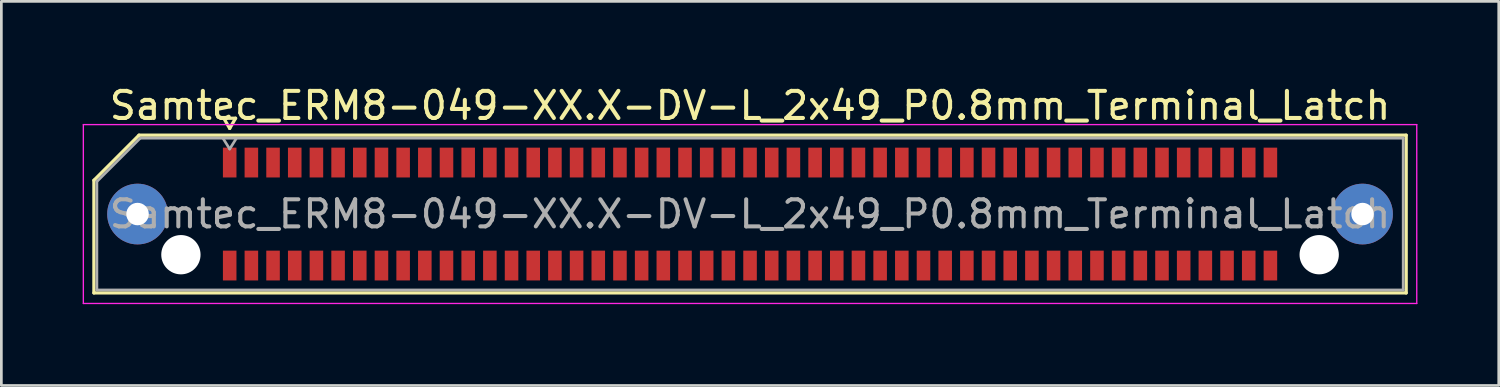
<source format=kicad_pcb>
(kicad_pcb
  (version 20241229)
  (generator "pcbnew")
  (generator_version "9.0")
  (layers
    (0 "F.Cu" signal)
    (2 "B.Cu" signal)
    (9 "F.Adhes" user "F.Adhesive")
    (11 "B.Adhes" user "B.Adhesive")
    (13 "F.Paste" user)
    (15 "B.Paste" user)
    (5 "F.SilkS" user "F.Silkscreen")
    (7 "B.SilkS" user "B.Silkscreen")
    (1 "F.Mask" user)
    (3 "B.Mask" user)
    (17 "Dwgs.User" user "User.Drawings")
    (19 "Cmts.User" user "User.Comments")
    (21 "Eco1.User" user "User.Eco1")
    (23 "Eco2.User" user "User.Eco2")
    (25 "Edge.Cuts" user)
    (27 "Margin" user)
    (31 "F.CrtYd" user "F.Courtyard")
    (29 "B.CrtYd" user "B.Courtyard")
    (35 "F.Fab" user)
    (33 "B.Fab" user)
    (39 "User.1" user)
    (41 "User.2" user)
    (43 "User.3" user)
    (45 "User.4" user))
  (footprint "Samtec_ERM8-049-XX.X-DV-L_2x49_P0.8mm_Terminal_Latch"
    (layer "F.Cu")
    (at 24.625 4.848)
    (property "Reference" "Samtec_ERM8-049-XX.X-DV-L_2x49_P0.8mm_Terminal_Latch" (at 0 -4 0) (layer "F.SilkS") (effects (font (size 1 1) (thickness 0.15))))
    (attr smd)
    (fp_line (start -24.21 -1.246) (end -22.546 -2.91) (stroke (width 0.12) (type solid)) (layer "F.SilkS"))
    (fp_line (start -24.21 2.91) (end -24.21 -1.246) (stroke (width 0.12) (type solid)) (layer "F.SilkS"))
    (fp_line (start -22.546 -2.91) (end 24.21 -2.91) (stroke (width 0.12) (type solid)) (layer "F.SilkS"))
    (fp_line (start -19.417 -3.535) (end -19.2 -3.16) (stroke (width 0.12) (type solid)) (layer "F.SilkS"))
    (fp_line (start -19.2 -3.16) (end -18.983 -3.535) (stroke (width 0.12) (type solid)) (layer "F.SilkS"))
    (fp_line (start -18.983 -3.535) (end -19.417 -3.535) (stroke (width 0.12) (type solid)) (layer "F.SilkS"))
    (fp_line (start 24.21 -2.91) (end 24.21 2.91) (stroke (width 0.12) (type solid)) (layer "F.SilkS"))
    (fp_line (start 24.21 2.91) (end -24.21 2.91) (stroke (width 0.12) (type solid)) (layer "F.SilkS"))
    (fp_line (start -24.6 -3.3) (end -24.6 3.3) (stroke (width 0.05) (type solid)) (layer "F.CrtYd"))
    (fp_line (start -24.6 3.3) (end 24.6 3.3) (stroke (width 0.05) (type solid)) (layer "F.CrtYd"))
    (fp_line (start 24.6 -3.3) (end -24.6 -3.3) (stroke (width 0.05) (type solid)) (layer "F.CrtYd"))
    (fp_line (start 24.6 3.3) (end 24.6 -3.3) (stroke (width 0.05) (type solid)) (layer "F.CrtYd"))
    (fp_line (start -24.1 -1.2) (end -22.5 -2.8) (stroke (width 0.1) (type solid)) (layer "F.Fab"))
    (fp_line (start -24.1 2.8) (end -24.1 -1.2) (stroke (width 0.1) (type solid)) (layer "F.Fab"))
    (fp_line (start -22.5 -2.8) (end 24.1 -2.8) (stroke (width 0.1) (type solid)) (layer "F.Fab"))
    (fp_line (start -19.2 -2.4) (end -19.45 -2.8) (stroke (width 0.1) (type solid)) (layer "F.Fab"))
    (fp_line (start -19.2 -2.4) (end -18.95 -2.8) (stroke (width 0.1) (type solid)) (layer "F.Fab"))
    (fp_line (start 24.1 -2.8) (end 24.1 2.8) (stroke (width 0.1) (type solid)) (layer "F.Fab"))
    (fp_line (start 24.1 2.8) (end -24.1 2.8) (stroke (width 0.1) (type solid)) (layer "F.Fab"))
    (fp_text user "${REFERENCE}" (at 0 0 0) (layer "F.Fab") (effects (font (size 1 1) (thickness 0.15))))
    (pad "" thru_hole circle (at -22.6 0) (size 2.24 2.24) (drill 0.83) (layers "*.Cu" "*.Mask" "F.Paste"))
    (pad "" np_thru_hole circle (at -21 1.5) (size 1.45 1.45) (drill 1.45) (layers "*.Cu" "*.Mask"))
    (pad "" np_thru_hole circle (at 21 1.5) (size 1.45 1.45) (drill 1.45) (layers "*.Cu" "*.Mask"))
    (pad "" thru_hole circle (at 22.6 0) (size 2.24 2.24) (drill 0.83) (layers "*.Cu" "*.Mask" "F.Paste"))
    (pad "1" smd rect (at -19.2 -1.9) (size 0.5 1.1) (layers "F.Cu" "F.Mask" "F.Paste"))
    (pad "2" smd rect (at -19.2 1.9) (size 0.5 1.1) (layers "F.Cu" "F.Mask" "F.Paste"))
    (pad "3" smd rect (at -18.4 -1.9) (size 0.5 1.1) (layers "F.Cu" "F.Mask" "F.Paste"))
    (pad "4" smd rect (at -18.4 1.9) (size 0.5 1.1) (layers "F.Cu" "F.Mask" "F.Paste"))
    (pad "5" smd rect (at -17.6 -1.9) (size 0.5 1.1) (layers "F.Cu" "F.Mask" "F.Paste"))
    (pad "6" smd rect (at -17.6 1.9) (size 0.5 1.1) (layers "F.Cu" "F.Mask" "F.Paste"))
    (pad "7" smd rect (at -16.8 -1.9) (size 0.5 1.1) (layers "F.Cu" "F.Mask" "F.Paste"))
    (pad "8" smd rect (at -16.8 1.9) (size 0.5 1.1) (layers "F.Cu" "F.Mask" "F.Paste"))
    (pad "9" smd rect (at -16 -1.9) (size 0.5 1.1) (layers "F.Cu" "F.Mask" "F.Paste"))
    (pad "10" smd rect (at -16 1.9) (size 0.5 1.1) (layers "F.Cu" "F.Mask" "F.Paste"))
    (pad "11" smd rect (at -15.2 -1.9) (size 0.5 1.1) (layers "F.Cu" "F.Mask" "F.Paste"))
    (pad "12" smd rect (at -15.2 1.9) (size 0.5 1.1) (layers "F.Cu" "F.Mask" "F.Paste"))
    (pad "13" smd rect (at -14.4 -1.9) (size 0.5 1.1) (layers "F.Cu" "F.Mask" "F.Paste"))
    (pad "14" smd rect (at -14.4 1.9) (size 0.5 1.1) (layers "F.Cu" "F.Mask" "F.Paste"))
    (pad "15" smd rect (at -13.6 -1.9) (size 0.5 1.1) (layers "F.Cu" "F.Mask" "F.Paste"))
    (pad "16" smd rect (at -13.6 1.9) (size 0.5 1.1) (layers "F.Cu" "F.Mask" "F.Paste"))
    (pad "17" smd rect (at -12.8 -1.9) (size 0.5 1.1) (layers "F.Cu" "F.Mask" "F.Paste"))
    (pad "18" smd rect (at -12.8 1.9) (size 0.5 1.1) (layers "F.Cu" "F.Mask" "F.Paste"))
    (pad "19" smd rect (at -12 -1.9) (size 0.5 1.1) (layers "F.Cu" "F.Mask" "F.Paste"))
    (pad "20" smd rect (at -12 1.9) (size 0.5 1.1) (layers "F.Cu" "F.Mask" "F.Paste"))
    (pad "21" smd rect (at -11.2 -1.9) (size 0.5 1.1) (layers "F.Cu" "F.Mask" "F.Paste"))
    (pad "22" smd rect (at -11.2 1.9) (size 0.5 1.1) (layers "F.Cu" "F.Mask" "F.Paste"))
    (pad "23" smd rect (at -10.4 -1.9) (size 0.5 1.1) (layers "F.Cu" "F.Mask" "F.Paste"))
    (pad "24" smd rect (at -10.4 1.9) (size 0.5 1.1) (layers "F.Cu" "F.Mask" "F.Paste"))
    (pad "25" smd rect (at -9.6 -1.9) (size 0.5 1.1) (layers "F.Cu" "F.Mask" "F.Paste"))
    (pad "26" smd rect (at -9.6 1.9) (size 0.5 1.1) (layers "F.Cu" "F.Mask" "F.Paste"))
    (pad "27" smd rect (at -8.8 -1.9) (size 0.5 1.1) (layers "F.Cu" "F.Mask" "F.Paste"))
    (pad "28" smd rect (at -8.8 1.9) (size 0.5 1.1) (layers "F.Cu" "F.Mask" "F.Paste"))
    (pad "29" smd rect (at -8 -1.9) (size 0.5 1.1) (layers "F.Cu" "F.Mask" "F.Paste"))
    (pad "30" smd rect (at -8 1.9) (size 0.5 1.1) (layers "F.Cu" "F.Mask" "F.Paste"))
    (pad "31" smd rect (at -7.2 -1.9) (size 0.5 1.1) (layers "F.Cu" "F.Mask" "F.Paste"))
    (pad "32" smd rect (at -7.2 1.9) (size 0.5 1.1) (layers "F.Cu" "F.Mask" "F.Paste"))
    (pad "33" smd rect (at -6.4 -1.9) (size 0.5 1.1) (layers "F.Cu" "F.Mask" "F.Paste"))
    (pad "34" smd rect (at -6.4 1.9) (size 0.5 1.1) (layers "F.Cu" "F.Mask" "F.Paste"))
    (pad "35" smd rect (at -5.6 -1.9) (size 0.5 1.1) (layers "F.Cu" "F.Mask" "F.Paste"))
    (pad "36" smd rect (at -5.6 1.9) (size 0.5 1.1) (layers "F.Cu" "F.Mask" "F.Paste"))
    (pad "37" smd rect (at -4.8 -1.9) (size 0.5 1.1) (layers "F.Cu" "F.Mask" "F.Paste"))
    (pad "38" smd rect (at -4.8 1.9) (size 0.5 1.1) (layers "F.Cu" "F.Mask" "F.Paste"))
    (pad "39" smd rect (at -4 -1.9) (size 0.5 1.1) (layers "F.Cu" "F.Mask" "F.Paste"))
    (pad "40" smd rect (at -4 1.9) (size 0.5 1.1) (layers "F.Cu" "F.Mask" "F.Paste"))
    (pad "41" smd rect (at -3.2 -1.9) (size 0.5 1.1) (layers "F.Cu" "F.Mask" "F.Paste"))
    (pad "42" smd rect (at -3.2 1.9) (size 0.5 1.1) (layers "F.Cu" "F.Mask" "F.Paste"))
    (pad "43" smd rect (at -2.4 -1.9) (size 0.5 1.1) (layers "F.Cu" "F.Mask" "F.Paste"))
    (pad "44" smd rect (at -2.4 1.9) (size 0.5 1.1) (layers "F.Cu" "F.Mask" "F.Paste"))
    (pad "45" smd rect (at -1.6 -1.9) (size 0.5 1.1) (layers "F.Cu" "F.Mask" "F.Paste"))
    (pad "46" smd rect (at -1.6 1.9) (size 0.5 1.1) (layers "F.Cu" "F.Mask" "F.Paste"))
    (pad "47" smd rect (at -0.8 -1.9) (size 0.5 1.1) (layers "F.Cu" "F.Mask" "F.Paste"))
    (pad "48" smd rect (at -0.8 1.9) (size 0.5 1.1) (layers "F.Cu" "F.Mask" "F.Paste"))
    (pad "49" smd rect (at 0 -1.9) (size 0.5 1.1) (layers "F.Cu" "F.Mask" "F.Paste"))
    (pad "50" smd rect (at 0 1.9) (size 0.5 1.1) (layers "F.Cu" "F.Mask" "F.Paste"))
    (pad "51" smd rect (at 0.8 -1.9) (size 0.5 1.1) (layers "F.Cu" "F.Mask" "F.Paste"))
    (pad "52" smd rect (at 0.8 1.9) (size 0.5 1.1) (layers "F.Cu" "F.Mask" "F.Paste"))
    (pad "53" smd rect (at 1.6 -1.9) (size 0.5 1.1) (layers "F.Cu" "F.Mask" "F.Paste"))
    (pad "54" smd rect (at 1.6 1.9) (size 0.5 1.1) (layers "F.Cu" "F.Mask" "F.Paste"))
    (pad "55" smd rect (at 2.4 -1.9) (size 0.5 1.1) (layers "F.Cu" "F.Mask" "F.Paste"))
    (pad "56" smd rect (at 2.4 1.9) (size 0.5 1.1) (layers "F.Cu" "F.Mask" "F.Paste"))
    (pad "57" smd rect (at 3.2 -1.9) (size 0.5 1.1) (layers "F.Cu" "F.Mask" "F.Paste"))
    (pad "58" smd rect (at 3.2 1.9) (size 0.5 1.1) (layers "F.Cu" "F.Mask" "F.Paste"))
    (pad "59" smd rect (at 4 -1.9) (size 0.5 1.1) (layers "F.Cu" "F.Mask" "F.Paste"))
    (pad "60" smd rect (at 4 1.9) (size 0.5 1.1) (layers "F.Cu" "F.Mask" "F.Paste"))
    (pad "61" smd rect (at 4.8 -1.9) (size 0.5 1.1) (layers "F.Cu" "F.Mask" "F.Paste"))
    (pad "62" smd rect (at 4.8 1.9) (size 0.5 1.1) (layers "F.Cu" "F.Mask" "F.Paste"))
    (pad "63" smd rect (at 5.6 -1.9) (size 0.5 1.1) (layers "F.Cu" "F.Mask" "F.Paste"))
    (pad "64" smd rect (at 5.6 1.9) (size 0.5 1.1) (layers "F.Cu" "F.Mask" "F.Paste"))
    (pad "65" smd rect (at 6.4 -1.9) (size 0.5 1.1) (layers "F.Cu" "F.Mask" "F.Paste"))
    (pad "66" smd rect (at 6.4 1.9) (size 0.5 1.1) (layers "F.Cu" "F.Mask" "F.Paste"))
    (pad "67" smd rect (at 7.2 -1.9) (size 0.5 1.1) (layers "F.Cu" "F.Mask" "F.Paste"))
    (pad "68" smd rect (at 7.2 1.9) (size 0.5 1.1) (layers "F.Cu" "F.Mask" "F.Paste"))
    (pad "69" smd rect (at 8 -1.9) (size 0.5 1.1) (layers "F.Cu" "F.Mask" "F.Paste"))
    (pad "70" smd rect (at 8 1.9) (size 0.5 1.1) (layers "F.Cu" "F.Mask" "F.Paste"))
    (pad "71" smd rect (at 8.8 -1.9) (size 0.5 1.1) (layers "F.Cu" "F.Mask" "F.Paste"))
    (pad "72" smd rect (at 8.8 1.9) (size 0.5 1.1) (layers "F.Cu" "F.Mask" "F.Paste"))
    (pad "73" smd rect (at 9.6 -1.9) (size 0.5 1.1) (layers "F.Cu" "F.Mask" "F.Paste"))
    (pad "74" smd rect (at 9.6 1.9) (size 0.5 1.1) (layers "F.Cu" "F.Mask" "F.Paste"))
    (pad "75" smd rect (at 10.4 -1.9) (size 0.5 1.1) (layers "F.Cu" "F.Mask" "F.Paste"))
    (pad "76" smd rect (at 10.4 1.9) (size 0.5 1.1) (layers "F.Cu" "F.Mask" "F.Paste"))
    (pad "77" smd rect (at 11.2 -1.9) (size 0.5 1.1) (layers "F.Cu" "F.Mask" "F.Paste"))
    (pad "78" smd rect (at 11.2 1.9) (size 0.5 1.1) (layers "F.Cu" "F.Mask" "F.Paste"))
    (pad "79" smd rect (at 12 -1.9) (size 0.5 1.1) (layers "F.Cu" "F.Mask" "F.Paste"))
    (pad "80" smd rect (at 12 1.9) (size 0.5 1.1) (layers "F.Cu" "F.Mask" "F.Paste"))
    (pad "81" smd rect (at 12.8 -1.9) (size 0.5 1.1) (layers "F.Cu" "F.Mask" "F.Paste"))
    (pad "82" smd rect (at 12.8 1.9) (size 0.5 1.1) (layers "F.Cu" "F.Mask" "F.Paste"))
    (pad "83" smd rect (at 13.6 -1.9) (size 0.5 1.1) (layers "F.Cu" "F.Mask" "F.Paste"))
    (pad "84" smd rect (at 13.6 1.9) (size 0.5 1.1) (layers "F.Cu" "F.Mask" "F.Paste"))
    (pad "85" smd rect (at 14.4 -1.9) (size 0.5 1.1) (layers "F.Cu" "F.Mask" "F.Paste"))
    (pad "86" smd rect (at 14.4 1.9) (size 0.5 1.1) (layers "F.Cu" "F.Mask" "F.Paste"))
    (pad "87" smd rect (at 15.2 -1.9) (size 0.5 1.1) (layers "F.Cu" "F.Mask" "F.Paste"))
    (pad "88" smd rect (at 15.2 1.9) (size 0.5 1.1) (layers "F.Cu" "F.Mask" "F.Paste"))
    (pad "89" smd rect (at 16 -1.9) (size 0.5 1.1) (layers "F.Cu" "F.Mask" "F.Paste"))
    (pad "90" smd rect (at 16 1.9) (size 0.5 1.1) (layers "F.Cu" "F.Mask" "F.Paste"))
    (pad "91" smd rect (at 16.8 -1.9) (size 0.5 1.1) (layers "F.Cu" "F.Mask" "F.Paste"))
    (pad "92" smd rect (at 16.8 1.9) (size 0.5 1.1) (layers "F.Cu" "F.Mask" "F.Paste"))
    (pad "93" smd rect (at 17.6 -1.9) (size 0.5 1.1) (layers "F.Cu" "F.Mask" "F.Paste"))
    (pad "94" smd rect (at 17.6 1.9) (size 0.5 1.1) (layers "F.Cu" "F.Mask" "F.Paste"))
    (pad "95" smd rect (at 18.4 -1.9) (size 0.5 1.1) (layers "F.Cu" "F.Mask" "F.Paste"))
    (pad "96" smd rect (at 18.4 1.9) (size 0.5 1.1) (layers "F.Cu" "F.Mask" "F.Paste"))
    (pad "97" smd rect (at 19.2 -1.9) (size 0.5 1.1) (layers "F.Cu" "F.Mask" "F.Paste"))
    (pad "98" smd rect (at 19.2 1.9) (size 0.5 1.1) (layers "F.Cu" "F.Mask" "F.Paste")))
  (gr_rect
    (start -3 -3)
    (end 52.25 11.173)
    (stroke (width 0.1) (type default))
    (fill no)
    (layer "Edge.Cuts")))
</source>
